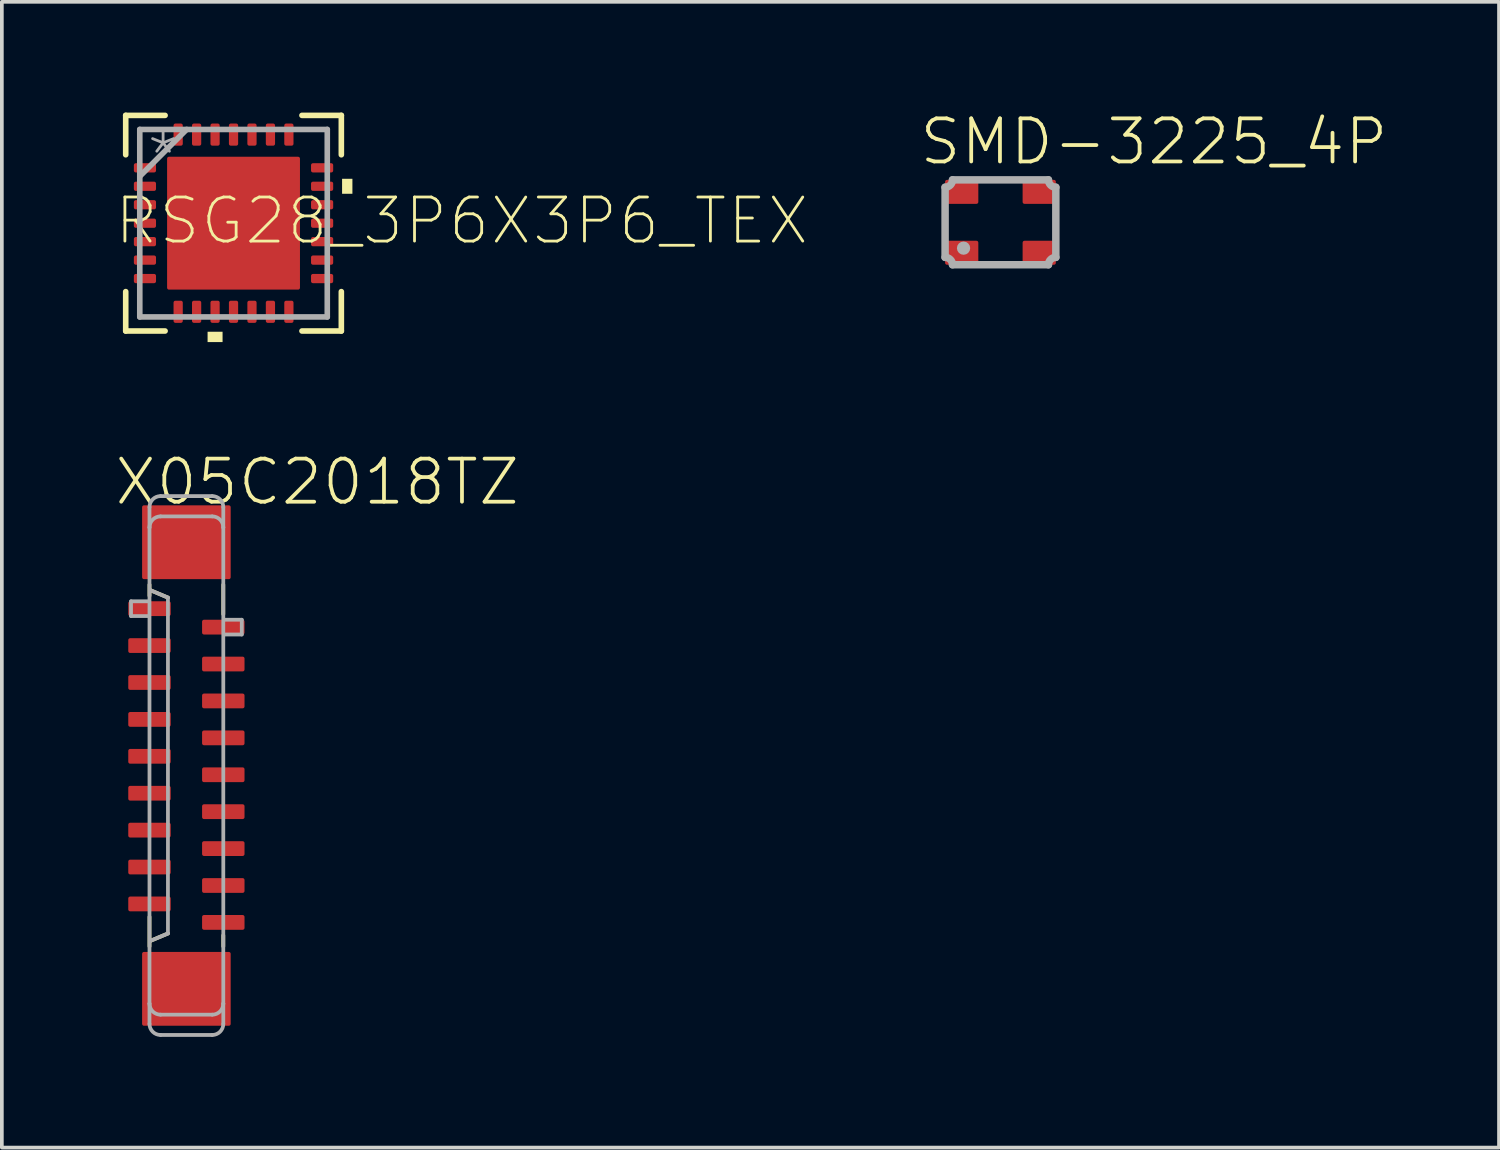
<source format=kicad_pcb>
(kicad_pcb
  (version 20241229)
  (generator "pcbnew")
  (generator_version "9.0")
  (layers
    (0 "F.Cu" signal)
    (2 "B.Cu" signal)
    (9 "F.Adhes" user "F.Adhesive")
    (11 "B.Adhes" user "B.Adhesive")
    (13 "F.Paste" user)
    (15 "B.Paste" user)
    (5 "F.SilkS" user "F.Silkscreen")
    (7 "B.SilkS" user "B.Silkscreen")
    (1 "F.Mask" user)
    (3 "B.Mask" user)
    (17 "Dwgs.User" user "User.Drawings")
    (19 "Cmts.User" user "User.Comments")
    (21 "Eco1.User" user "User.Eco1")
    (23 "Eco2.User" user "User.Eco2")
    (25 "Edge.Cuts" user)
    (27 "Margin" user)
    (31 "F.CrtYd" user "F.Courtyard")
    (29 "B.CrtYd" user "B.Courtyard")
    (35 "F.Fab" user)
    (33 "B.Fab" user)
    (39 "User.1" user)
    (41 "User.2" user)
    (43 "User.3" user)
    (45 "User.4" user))
  (footprint "RSG28_3P6X3P6_TEX"
    (layer "F.Cu")
    (at 3.277 2.997)
    (property "Reference" "RSG28_3P6X3P6_TEX" (at -3.277 0.635 0) (layer "F.SilkS") (effects (font (size 1.194 1.194) (thickness 0.076)) (justify left bottom)))
    (fp_poly (pts (xy -1.368 1.876) (xy -1.876 1.876) (xy -1.876 -1.876) (xy -1.368 -1.876)) (stroke (width 0) (type solid)) (fill yes) (layer "F.Mask"))
    (fp_poly (pts (xy -0.581 1.876) (xy -0.994 1.876) (xy -0.994 -1.876) (xy -0.581 -1.876)) (stroke (width 0) (type solid)) (fill yes) (layer "F.Mask"))
    (fp_poly (pts (xy 0.206 1.876) (xy -0.206 1.876) (xy -0.206 -1.876) (xy 0.206 -1.876)) (stroke (width 0) (type solid)) (fill yes) (layer "F.Mask"))
    (fp_poly (pts (xy 0.994 1.876) (xy 0.581 1.876) (xy 0.581 -1.876) (xy 0.994 -1.876)) (stroke (width 0) (type solid)) (fill yes) (layer "F.Mask"))
    (fp_poly (pts (xy 1.876 -1.368) (xy -1.876 -1.368) (xy -1.876 -1.876) (xy 1.876 -1.876)) (stroke (width 0) (type solid)) (fill yes) (layer "F.Mask"))
    (fp_poly (pts (xy 1.876 -0.581) (xy -1.876 -0.581) (xy -1.876 -0.994) (xy 1.876 -0.994)) (stroke (width 0) (type solid)) (fill yes) (layer "F.Mask"))
    (fp_poly (pts (xy 1.876 0.206) (xy -1.876 0.206) (xy -1.876 -0.206) (xy 1.876 -0.206)) (stroke (width 0) (type solid)) (fill yes) (layer "F.Mask"))
    (fp_poly (pts (xy 1.876 0.994) (xy -1.876 0.994) (xy -1.876 0.581) (xy 1.876 0.581)) (stroke (width 0) (type solid)) (fill yes) (layer "F.Mask"))
    (fp_poly (pts (xy 1.876 1.876) (xy -1.876 1.876) (xy -1.876 1.368) (xy 1.876 1.368)) (stroke (width 0) (type solid)) (fill yes) (layer "F.Mask"))
    (fp_poly (pts (xy 1.876 1.876) (xy 1.368 1.876) (xy 1.368 -1.876) (xy 1.876 -1.876)) (stroke (width 0) (type solid)) (fill yes) (layer "F.Mask"))
    (fp_line (start -2.921 -2.921) (end -2.921 -1.854) (stroke (width 0.152) (type solid)) (layer "F.SilkS"))
    (fp_line (start -2.921 1.854) (end -2.921 2.921) (stroke (width 0.152) (type solid)) (layer "F.SilkS"))
    (fp_line (start -2.921 2.921) (end -1.854 2.921) (stroke (width 0.152) (type solid)) (layer "F.SilkS"))
    (fp_line (start -1.854 -2.921) (end -2.921 -2.921) (stroke (width 0.152) (type solid)) (layer "F.SilkS"))
    (fp_line (start 1.854 2.921) (end 2.921 2.921) (stroke (width 0.152) (type solid)) (layer "F.SilkS"))
    (fp_line (start 2.921 -2.921) (end 1.854 -2.921) (stroke (width 0.152) (type solid)) (layer "F.SilkS"))
    (fp_line (start 2.921 -1.854) (end 2.921 -2.921) (stroke (width 0.152) (type solid)) (layer "F.SilkS"))
    (fp_line (start 2.921 2.921) (end 2.921 1.854) (stroke (width 0.152) (type solid)) (layer "F.SilkS"))
    (fp_poly (pts (xy -0.297 3.221) (xy -0.703 3.221) (xy -0.703 2.941) (xy -0.297 2.941)) (stroke (width 0) (type solid)) (fill yes) (layer "F.SilkS"))
    (fp_poly (pts (xy 3.221 -0.797) (xy 2.941 -0.797) (xy 2.941 -1.203) (xy 3.221 -1.203)) (stroke (width 0) (type solid)) (fill yes) (layer "F.SilkS"))
    (fp_poly (pts (xy -1.268 -1.417) (xy -1.417 -1.268) (xy -1.738 -1.268) (xy -1.738 -1.738) (xy -1.268 -1.738)) (stroke (width 0) (type solid)) (fill yes) (layer "F.Paste"))
    (fp_poly (pts (xy -1.268 1.417) (xy -1.268 1.738) (xy -1.738 1.738) (xy -1.738 1.268) (xy -1.417 1.268)) (stroke (width 0) (type solid)) (fill yes) (layer "F.Paste"))
    (fp_poly (pts (xy 1.738 -1.268) (xy 1.417 -1.268) (xy 1.268 -1.417) (xy 1.268 -1.738) (xy 1.738 -1.738)) (stroke (width 0) (type solid)) (fill yes) (layer "F.Paste"))
    (fp_poly (pts (xy 1.738 1.738) (xy 1.268 1.738) (xy 1.268 1.417) (xy 1.417 1.268) (xy 1.738 1.268)) (stroke (width 0) (type solid)) (fill yes) (layer "F.Paste"))
    (fp_poly (pts (xy -1.268 -0.945) (xy -1.268 -0.63) (xy -1.417 -0.481) (xy -1.738 -0.481) (xy -1.738 -1.094) (xy -1.417 -1.094)) (stroke (width 0) (type solid)) (fill yes) (layer "F.Paste"))
    (fp_poly (pts (xy -1.268 -0.158) (xy -1.268 0.158) (xy -1.417 0.306) (xy -1.738 0.306) (xy -1.738 -0.306) (xy -1.417 -0.306)) (stroke (width 0) (type solid)) (fill yes) (layer "F.Paste"))
    (fp_poly (pts (xy -1.268 0.63) (xy -1.268 0.945) (xy -1.417 1.094) (xy -1.738 1.094) (xy -1.738 0.481) (xy -1.417 0.481)) (stroke (width 0) (type solid)) (fill yes) (layer "F.Paste"))
    (fp_poly (pts (xy -0.481 -1.417) (xy -0.63 -1.268) (xy -0.945 -1.268) (xy -1.094 -1.417) (xy -1.094 -1.738) (xy -0.481 -1.738)) (stroke (width 0) (type solid)) (fill yes) (layer "F.Paste"))
    (fp_poly (pts (xy -0.481 1.417) (xy -0.481 1.738) (xy -1.094 1.738) (xy -1.094 1.417) (xy -0.945 1.268) (xy -0.63 1.268)) (stroke (width 0) (type solid)) (fill yes) (layer "F.Paste"))
    (fp_poly (pts (xy 0.306 -1.417) (xy 0.158 -1.268) (xy -0.158 -1.268) (xy -0.306 -1.417) (xy -0.306 -1.738) (xy 0.306 -1.738)) (stroke (width 0) (type solid)) (fill yes) (layer "F.Paste"))
    (fp_poly (pts (xy 0.306 1.417) (xy 0.306 1.738) (xy -0.306 1.738) (xy -0.306 1.417) (xy -0.158 1.268) (xy 0.158 1.268)) (stroke (width 0) (type solid)) (fill yes) (layer "F.Paste"))
    (fp_poly (pts (xy 1.094 -1.417) (xy 0.945 -1.268) (xy 0.63 -1.268) (xy 0.481 -1.417) (xy 0.481 -1.738) (xy 1.094 -1.738)) (stroke (width 0) (type solid)) (fill yes) (layer "F.Paste"))
    (fp_poly (pts (xy 1.094 1.417) (xy 1.094 1.738) (xy 0.481 1.738) (xy 0.481 1.417) (xy 0.63 1.268) (xy 0.945 1.268)) (stroke (width 0) (type solid)) (fill yes) (layer "F.Paste"))
    (fp_poly (pts (xy 1.738 -0.481) (xy 1.417 -0.481) (xy 1.268 -0.63) (xy 1.268 -0.945) (xy 1.417 -1.094) (xy 1.738 -1.094)) (stroke (width 0) (type solid)) (fill yes) (layer "F.Paste"))
    (fp_poly (pts (xy 1.738 0.306) (xy 1.417 0.306) (xy 1.268 0.158) (xy 1.268 -0.158) (xy 1.417 -0.306) (xy 1.738 -0.306)) (stroke (width 0) (type solid)) (fill yes) (layer "F.Paste"))
    (fp_poly (pts (xy 1.738 1.094) (xy 1.417 1.094) (xy 1.268 0.945) (xy 1.268 0.63) (xy 1.417 0.481) (xy 1.738 0.481)) (stroke (width 0) (type solid)) (fill yes) (layer "F.Paste"))
    (fp_poly (pts (xy -0.481 -0.945) (xy -0.481 -0.63) (xy -0.63 -0.481) (xy -0.945 -0.481) (xy -1.094 -0.63) (xy -1.094 -0.945) (xy -0.945 -1.094) (xy -0.63 -1.094)) (stroke (width 0) (type solid)) (fill yes) (layer "F.Paste"))
    (fp_poly (pts (xy -0.481 -0.158) (xy -0.481 0.158) (xy -0.63 0.306) (xy -0.945 0.306) (xy -1.094 0.158) (xy -1.094 -0.158) (xy -0.945 -0.306) (xy -0.63 -0.306)) (stroke (width 0) (type solid)) (fill yes) (layer "F.Paste"))
    (fp_poly (pts (xy -0.481 0.63) (xy -0.481 0.945) (xy -0.63 1.094) (xy -0.945 1.094) (xy -1.094 0.945) (xy -1.094 0.63) (xy -0.945 0.481) (xy -0.63 0.481)) (stroke (width 0) (type solid)) (fill yes) (layer "F.Paste"))
    (fp_poly (pts (xy 0.306 -0.945) (xy 0.306 -0.63) (xy 0.158 -0.481) (xy -0.158 -0.481) (xy -0.306 -0.63) (xy -0.306 -0.945) (xy -0.158 -1.094) (xy 0.158 -1.094)) (stroke (width 0) (type solid)) (fill yes) (layer "F.Paste"))
    (fp_poly (pts (xy 0.306 -0.158) (xy 0.306 0.158) (xy 0.158 0.306) (xy -0.158 0.306) (xy -0.306 0.158) (xy -0.306 -0.158) (xy -0.158 -0.306) (xy 0.158 -0.306)) (stroke (width 0) (type solid)) (fill yes) (layer "F.Paste"))
    (fp_poly (pts (xy 0.306 0.63) (xy 0.306 0.945) (xy 0.158 1.094) (xy -0.158 1.094) (xy -0.306 0.945) (xy -0.306 0.63) (xy -0.158 0.481) (xy 0.158 0.481)) (stroke (width 0) (type solid)) (fill yes) (layer "F.Paste"))
    (fp_poly (pts (xy 1.094 -0.945) (xy 1.094 -0.63) (xy 0.945 -0.481) (xy 0.63 -0.481) (xy 0.481 -0.63) (xy 0.481 -0.945) (xy 0.63 -1.094) (xy 0.945 -1.094)) (stroke (width 0) (type solid)) (fill yes) (layer "F.Paste"))
    (fp_poly (pts (xy 1.094 -0.158) (xy 1.094 0.158) (xy 0.945 0.306) (xy 0.63 0.306) (xy 0.481 0.158) (xy 0.481 -0.158) (xy 0.63 -0.306) (xy 0.945 -0.306)) (stroke (width 0) (type solid)) (fill yes) (layer "F.Paste"))
    (fp_poly (pts (xy 1.094 0.63) (xy 1.094 0.945) (xy 0.945 1.094) (xy 0.63 1.094) (xy 0.481 0.945) (xy 0.481 0.63) (xy 0.63 0.481) (xy 0.945 0.481)) (stroke (width 0) (type solid)) (fill yes) (layer "F.Paste"))
    (fp_line (start -2.54 -2.54) (end -2.54 2.54) (stroke (width 0.152) (type solid)) (layer "F.Fab"))
    (fp_line (start -2.54 -1.27) (end -1.27 -2.54) (stroke (width 0.152) (type solid)) (layer "F.Fab"))
    (fp_line (start -2.54 2.54) (end 2.54 2.54) (stroke (width 0.152) (type solid)) (layer "F.Fab"))
    (fp_line (start 2.54 -2.54) (end -2.54 -2.54) (stroke (width 0.152) (type solid)) (layer "F.Fab"))
    (fp_line (start 2.54 2.54) (end 2.54 -2.54) (stroke (width 0.152) (type solid)) (layer "F.Fab"))
    (fp_text user "*" (at -2.413 -1.118 0) (layer "F.Fab") (effects (font (size 1.194 1.194) (thickness 0.076)) (justify left bottom)))
    (pad "1" smd roundrect (at -2.4 -1.5 270) (size 0.25 0.6) (layers "F.Cu" "F.Mask" "F.Paste") (roundrect_rratio 0.203))
    (pad "2" smd roundrect (at -2.4 -1 270) (size 0.25 0.6) (layers "F.Cu" "F.Mask" "F.Paste") (roundrect_rratio 0.203))
    (pad "3" smd roundrect (at -2.4 -0.5 270) (size 0.25 0.6) (layers "F.Cu" "F.Mask" "F.Paste") (roundrect_rratio 0.203))
    (pad "4" smd roundrect (at -2.4 0 270) (size 0.25 0.6) (layers "F.Cu" "F.Mask" "F.Paste") (roundrect_rratio 0.203))
    (pad "5" smd roundrect (at -2.4 0.5 270) (size 0.25 0.6) (layers "F.Cu" "F.Mask" "F.Paste") (roundrect_rratio 0.203))
    (pad "6" smd roundrect (at -2.4 1 270) (size 0.25 0.6) (layers "F.Cu" "F.Mask" "F.Paste") (roundrect_rratio 0.203))
    (pad "7" smd roundrect (at -2.4 1.5 270) (size 0.25 0.6) (layers "F.Cu" "F.Mask" "F.Paste") (roundrect_rratio 0.203))
    (pad "8" smd roundrect (at -1.5 2.4 180) (size 0.25 0.6) (layers "F.Cu" "F.Mask" "F.Paste") (roundrect_rratio 0.203))
    (pad "9" smd roundrect (at -1 2.4 180) (size 0.25 0.6) (layers "F.Cu" "F.Mask" "F.Paste") (roundrect_rratio 0.203))
    (pad "10" smd roundrect (at -0.5 2.4 180) (size 0.25 0.6) (layers "F.Cu" "F.Mask" "F.Paste") (roundrect_rratio 0.203))
    (pad "11" smd roundrect (at 0 2.4 180) (size 0.25 0.6) (layers "F.Cu" "F.Mask" "F.Paste") (roundrect_rratio 0.203))
    (pad "12" smd roundrect (at 0.5 2.4 180) (size 0.25 0.6) (layers "F.Cu" "F.Mask" "F.Paste") (roundrect_rratio 0.203))
    (pad "13" smd roundrect (at 1 2.4 180) (size 0.25 0.6) (layers "F.Cu" "F.Mask" "F.Paste") (roundrect_rratio 0.203))
    (pad "14" smd roundrect (at 1.5 2.4 180) (size 0.25 0.6) (layers "F.Cu" "F.Mask" "F.Paste") (roundrect_rratio 0.203))
    (pad "15" smd roundrect (at 2.4 1.5 270) (size 0.25 0.6) (layers "F.Cu" "F.Mask" "F.Paste") (roundrect_rratio 0.203))
    (pad "16" smd roundrect (at 2.4 1 270) (size 0.25 0.6) (layers "F.Cu" "F.Mask" "F.Paste") (roundrect_rratio 0.203))
    (pad "17" smd roundrect (at 2.4 0.5 270) (size 0.25 0.6) (layers "F.Cu" "F.Mask" "F.Paste") (roundrect_rratio 0.203))
    (pad "18" smd roundrect (at 2.4 0 270) (size 0.25 0.6) (layers "F.Cu" "F.Mask" "F.Paste") (roundrect_rratio 0.203))
    (pad "19" smd roundrect (at 2.4 -0.5 270) (size 0.25 0.6) (layers "F.Cu" "F.Mask" "F.Paste") (roundrect_rratio 0.203))
    (pad "20" smd roundrect (at 2.4 -1 270) (size 0.25 0.6) (layers "F.Cu" "F.Mask" "F.Paste") (roundrect_rratio 0.203))
    (pad "21" smd roundrect (at 2.4 -1.5 270) (size 0.25 0.6) (layers "F.Cu" "F.Mask" "F.Paste") (roundrect_rratio 0.203))
    (pad "22" smd roundrect (at 1.5 -2.4 180) (size 0.25 0.6) (layers "F.Cu" "F.Mask" "F.Paste") (roundrect_rratio 0.203))
    (pad "23" smd roundrect (at 1 -2.4 180) (size 0.25 0.6) (layers "F.Cu" "F.Mask" "F.Paste") (roundrect_rratio 0.203))
    (pad "24" smd roundrect (at 0.5 -2.4 180) (size 0.25 0.6) (layers "F.Cu" "F.Mask" "F.Paste") (roundrect_rratio 0.203))
    (pad "25" smd roundrect (at 0 -2.4 180) (size 0.25 0.6) (layers "F.Cu" "F.Mask" "F.Paste") (roundrect_rratio 0.203))
    (pad "26" smd roundrect (at -0.5 -2.4 180) (size 0.25 0.6) (layers "F.Cu" "F.Mask" "F.Paste") (roundrect_rratio 0.203))
    (pad "27" smd roundrect (at -1 -2.4 180) (size 0.25 0.6) (layers "F.Cu" "F.Mask" "F.Paste") (roundrect_rratio 0.203))
    (pad "28" smd roundrect (at -1.5 -2.4 180) (size 0.25 0.6) (layers "F.Cu" "F.Mask" "F.Paste") (roundrect_rratio 0.203))
    (pad "29" smd roundrect (at 0 0) (size 3.6 3.6) (layers "F.Cu" "F.Mask" "F.Paste") (roundrect_rratio 0.014)))
  (footprint "SMD-3225_4P"
    (layer "F.Cu")
    (at 24.056 2.973)
    (property "Reference" "SMD-3225_4P" (at -2.25 -1.5 0) (layer "F.SilkS") (effects (font (size 1.168 1.168) (thickness 0.102)) (justify left bottom)))
    (fp_line (start -1.5 0.95) (end -1.5 -0.95) (stroke (width 0.203) (type solid)) (layer "F.Fab"))
    (fp_line (start -1.3 -1.15) (end 1.3 -1.15) (stroke (width 0.203) (type solid)) (layer "F.Fab"))
    (fp_line (start 1.3 1.15) (end -1.3 1.15) (stroke (width 0.203) (type solid)) (layer "F.Fab"))
    (fp_line (start 1.5 -0.95) (end 1.5 0.95) (stroke (width 0.203) (type solid)) (layer "F.Fab"))
    (fp_arc (start -1.5 0.95) (mid -1.358579 1.008579) (end -1.3 1.15) (stroke (width 0.2032) (type solid)) (layer "F.Fab"))
    (fp_arc (start -1.3 -1.15) (mid -1.358579 -1.008579) (end -1.5 -0.95) (stroke (width 0.2032) (type solid)) (layer "F.Fab"))
    (fp_arc (start 1.3 1.15) (mid 1.358579 1.008579) (end 1.5 0.95) (stroke (width 0.2032) (type solid)) (layer "F.Fab"))
    (fp_arc (start 1.5 -0.95) (mid 1.358579 -1.008579) (end 1.3 -1.15) (stroke (width 0.2032) (type solid)) (layer "F.Fab"))
    (fp_circle (center -1 0.7) (end -0.91 0.7) (stroke (width 0.18) (type solid)) (fill no) (layer "F.Fab"))
    (pad "1" smd roundrect (at -1.05 0.825) (size 0.9 0.65) (layers "F.Cu" "F.Mask" "F.Paste") (roundrect_rratio 0.078))
    (pad "2" smd roundrect (at 1.05 0.825) (size 0.9 0.65) (layers "F.Cu" "F.Mask" "F.Paste") (roundrect_rratio 0.078))
    (pad "3" smd roundrect (at 1.05 -0.825 180) (size 0.9 0.65) (layers "F.Cu" "F.Mask" "F.Paste") (roundrect_rratio 0.078))
    (pad "4" smd roundrect (at -1.05 -0.825 180) (size 0.9 0.65) (layers "F.Cu" "F.Mask" "F.Paste") (roundrect_rratio 0.078)))
  (footprint "X05C2018TZ"
    (layer "F.Cu")
    (at 2 17.691)
    (property "Reference" "X05C2018TZ" (at -2 -7 0) (layer "F.SilkS") (effects (font (size 1.168 1.168) (thickness 0.102)) (justify left bottom)))
    (fp_line (start -1 -4.6) (end -1 -4.9) (stroke (width 0.102) (type solid)) (layer "F.SilkS"))
    (fp_line (start -1 4.9) (end -1 4.1) (stroke (width 0.102) (type solid)) (layer "F.SilkS"))
    (fp_line (start -0.975 -4.75) (end -0.5 -4.55) (stroke (width 0.102) (type solid)) (layer "F.SilkS"))
    (fp_line (start -0.975 4.75) (end -0.5 4.55) (stroke (width 0.102) (type solid)) (layer "F.SilkS"))
    (fp_line (start 1 -4.1) (end 1 -4.9) (stroke (width 0.102) (type solid)) (layer "F.SilkS"))
    (fp_line (start 1 4.9) (end 1 4.6) (stroke (width 0.102) (type solid)) (layer "F.SilkS"))
    (fp_line (start -1.5 -4.45) (end -1.05 -4.45) (stroke (width 0.102) (type solid)) (layer "F.Fab"))
    (fp_line (start -1.5 -4.05) (end -1.5 -4.45) (stroke (width 0.102) (type solid)) (layer "F.Fab"))
    (fp_line (start -1.05 -4.05) (end -1.5 -4.05) (stroke (width 0.102) (type solid)) (layer "F.Fab"))
    (fp_line (start -1 -7) (end -1 -6.45) (stroke (width 0.102) (type solid)) (layer "F.Fab"))
    (fp_line (start -1 -6.45) (end -1 6.45) (stroke (width 0.102) (type solid)) (layer "F.Fab"))
    (fp_line (start -1 7) (end -1 6.45) (stroke (width 0.102) (type solid)) (layer "F.Fab"))
    (fp_line (start -0.975 -4.75) (end -0.5 -4.55) (stroke (width 0.102) (type solid)) (layer "F.Fab"))
    (fp_line (start -0.7 6.75) (end 0.7 6.75) (stroke (width 0.102) (type solid)) (layer "F.Fab"))
    (fp_line (start -0.7 7.3) (end 0.7 7.3) (stroke (width 0.102) (type solid)) (layer "F.Fab"))
    (fp_line (start -0.5 -4.55) (end -0.5 4.55) (stroke (width 0.102) (type solid)) (layer "F.Fab"))
    (fp_line (start -0.5 4.55) (end -0.975 4.75) (stroke (width 0.102) (type solid)) (layer "F.Fab"))
    (fp_line (start 0.7 -7.3) (end -0.7 -7.3) (stroke (width 0.102) (type solid)) (layer "F.Fab"))
    (fp_line (start 0.7 -6.75) (end -0.7 -6.75) (stroke (width 0.102) (type solid)) (layer "F.Fab"))
    (fp_line (start 1 -7) (end 1 -6.45) (stroke (width 0.102) (type solid)) (layer "F.Fab"))
    (fp_line (start 1 6.45) (end 1 -6.45) (stroke (width 0.102) (type solid)) (layer "F.Fab"))
    (fp_line (start 1 7) (end 1 6.45) (stroke (width 0.102) (type solid)) (layer "F.Fab"))
    (fp_line (start 1.05 -3.95) (end 1.5 -3.95) (stroke (width 0.102) (type solid)) (layer "F.Fab"))
    (fp_line (start 1.5 -3.95) (end 1.5 -3.55) (stroke (width 0.102) (type solid)) (layer "F.Fab"))
    (fp_line (start 1.5 -3.55) (end 1.05 -3.55) (stroke (width 0.102) (type solid)) (layer "F.Fab"))
    (fp_arc (start -1 -7) (mid -0.912132 -7.212132) (end -0.7 -7.3) (stroke (width 0.1016) (type solid)) (layer "F.Fab"))
    (fp_arc (start -1 -6.45) (mid -0.912132 -6.662132) (end -0.7 -6.75) (stroke (width 0.1016) (type solid)) (layer "F.Fab"))
    (fp_arc (start -0.7 6.75) (mid -0.912132 6.662132) (end -1 6.45) (stroke (width 0.1016) (type solid)) (layer "F.Fab"))
    (fp_arc (start -0.7 7.3) (mid -0.912132 7.212132) (end -1 7) (stroke (width 0.1016) (type solid)) (layer "F.Fab"))
    (fp_arc (start 0.7 -7.3) (mid 0.912132 -7.212132) (end 1 -7) (stroke (width 0.1016) (type solid)) (layer "F.Fab"))
    (fp_arc (start 0.7 -6.75) (mid 0.912132 -6.662132) (end 1 -6.45) (stroke (width 0.1016) (type solid)) (layer "F.Fab"))
    (fp_arc (start 1 6.45) (mid 0.912132 6.662132) (end 0.7 6.75) (stroke (width 0.1016) (type solid)) (layer "F.Fab"))
    (fp_arc (start 1 7) (mid 0.912132 7.212132) (end 0.7 7.3) (stroke (width 0.1016) (type solid)) (layer "F.Fab"))
    (pad "1" smd roundrect (at -1 -4.25 270) (size 0.4 1.15) (layers "F.Cu" "F.Mask" "F.Paste") (roundrect_rratio 0.127))
    (pad "2" smd roundrect (at 1 -3.75 90) (size 0.4 1.15) (layers "F.Cu" "F.Mask" "F.Paste") (roundrect_rratio 0.127))
    (pad "3" smd roundrect (at -1 -3.25 270) (size 0.4 1.15) (layers "F.Cu" "F.Mask" "F.Paste") (roundrect_rratio 0.127))
    (pad "4" smd roundrect (at 1 -2.75 90) (size 0.4 1.15) (layers "F.Cu" "F.Mask" "F.Paste") (roundrect_rratio 0.127))
    (pad "5" smd roundrect (at -1 -2.25 270) (size 0.4 1.15) (layers "F.Cu" "F.Mask" "F.Paste") (roundrect_rratio 0.127))
    (pad "6" smd roundrect (at 1 -1.75 90) (size 0.4 1.15) (layers "F.Cu" "F.Mask" "F.Paste") (roundrect_rratio 0.127))
    (pad "7" smd roundrect (at -1 -1.25 270) (size 0.4 1.15) (layers "F.Cu" "F.Mask" "F.Paste") (roundrect_rratio 0.127))
    (pad "8" smd roundrect (at 1 -0.75 90) (size 0.4 1.15) (layers "F.Cu" "F.Mask" "F.Paste") (roundrect_rratio 0.127))
    (pad "9" smd roundrect (at -1 -0.25 270) (size 0.4 1.15) (layers "F.Cu" "F.Mask" "F.Paste") (roundrect_rratio 0.127))
    (pad "10" smd roundrect (at 1 0.25 90) (size 0.4 1.15) (layers "F.Cu" "F.Mask" "F.Paste") (roundrect_rratio 0.127))
    (pad "11" smd roundrect (at -1 0.75 270) (size 0.4 1.15) (layers "F.Cu" "F.Mask" "F.Paste") (roundrect_rratio 0.127))
    (pad "12" smd roundrect (at 1 1.25 90) (size 0.4 1.15) (layers "F.Cu" "F.Mask" "F.Paste") (roundrect_rratio 0.127))
    (pad "13" smd roundrect (at -1 1.75 270) (size 0.4 1.15) (layers "F.Cu" "F.Mask" "F.Paste") (roundrect_rratio 0.127))
    (pad "14" smd roundrect (at 1 2.25 90) (size 0.4 1.15) (layers "F.Cu" "F.Mask" "F.Paste") (roundrect_rratio 0.127))
    (pad "15" smd roundrect (at -1 2.75 270) (size 0.4 1.15) (layers "F.Cu" "F.Mask" "F.Paste") (roundrect_rratio 0.127))
    (pad "16" smd roundrect (at 1 3.25 90) (size 0.4 1.15) (layers "F.Cu" "F.Mask" "F.Paste") (roundrect_rratio 0.127))
    (pad "17" smd roundrect (at -1 3.75 270) (size 0.4 1.15) (layers "F.Cu" "F.Mask" "F.Paste") (roundrect_rratio 0.127))
    (pad "18" smd roundrect (at 1 4.25 90) (size 0.4 1.15) (layers "F.Cu" "F.Mask" "F.Paste") (roundrect_rratio 0.127))
    (pad "M1" smd roundrect (at 0 -6.05 270) (size 2 2.4) (layers "F.Cu" "F.Mask" "F.Paste") (roundrect_rratio 0.025))
    (pad "M2" smd roundrect (at 0 6.05 270) (size 2 2.4) (layers "F.Cu" "F.Mask" "F.Paste") (roundrect_rratio 0.025)))
  (gr_rect
    (start -3 -3)
    (end 37.563 28.042)
    (stroke (width 0.1) (type default))
    (fill no)
    (layer "Edge.Cuts")))
</source>
